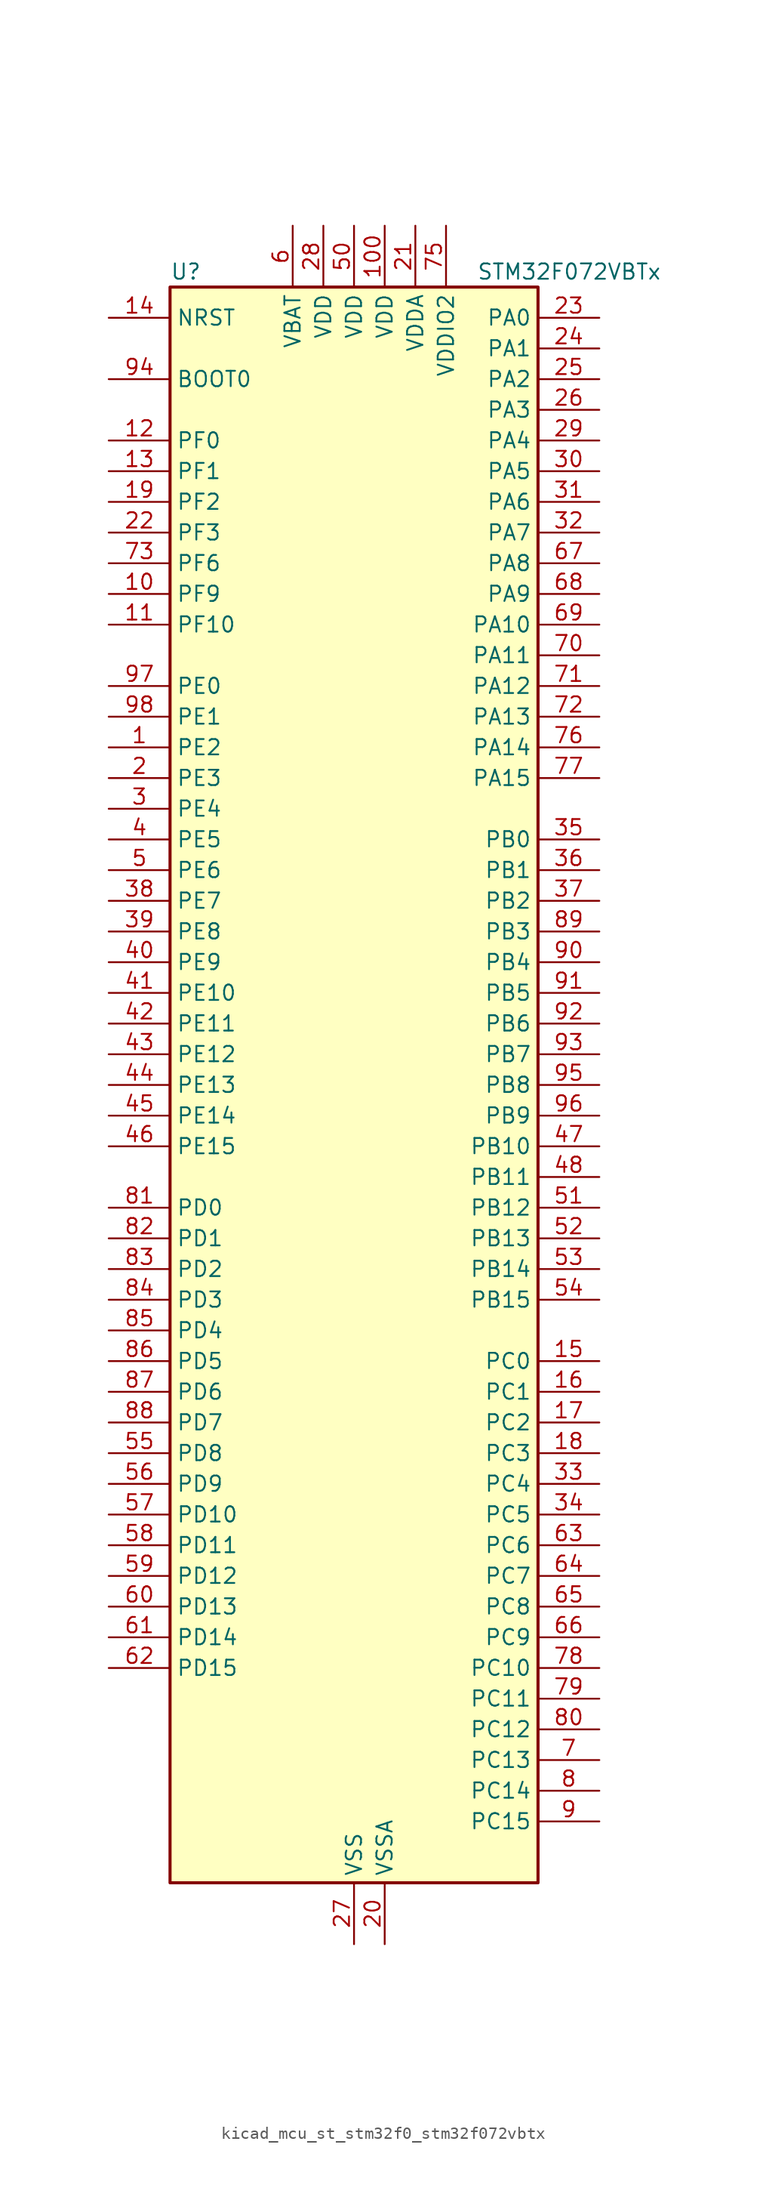
<source format=kicad_sym>
(kicad_symbol_lib
  (version 20220914)
  (generator kicad_symbol_editor)
  (symbol "kicad_mcu_st_stm32f0_stm32f072vbtx"
    (property "Reference" "U"
      (at -15.24 67.31 0)
      (effects (font (size 1.27 1.27)) (justify left)))
    (property "Value" "STM32F072VBTx"
      (at 10.16 67.31 0)
      (effects (font (size 1.27 1.27)) (justify left)))
    (property "ki_locked" ""
      (at 0 0 0)
      (effects (font (size 1.27 1.27))))
    (symbol "kicad_mcu_st_stm32f0_stm32f072vbtx_0_1"
      (rectangle (start -15.24 -66.04) (end 15.24 66.04) (stroke (width 0.254) (type default)) (fill (type background))))
    (symbol "kicad_mcu_st_stm32f0_stm32f072vbtx_1_1"
      (pin bidirectional line (at -20.32 27.94 0) (length 5.08) (name "PE2" (effects (font (size 1.27 1.27)))) (number "1" (effects (font (size 1.27 1.27)))) (alternate "TIM3_ETR" bidirectional line) (alternate "TSC_G7_IO1" bidirectional line))
      (pin bidirectional line (at -20.32 40.64 0) (length 5.08) (name "PF9" (effects (font (size 1.27 1.27)))) (number "10" (effects (font (size 1.27 1.27)))) (alternate "DAC_EXTI9" bidirectional line) (alternate "TIM15_CH1" bidirectional line))
      (pin power_in line (at 2.54 71.12 270) (length 5.08) (name "VDD" (effects (font (size 1.27 1.27)))) (number "100" (effects (font (size 1.27 1.27)))))
      (pin bidirectional line (at -20.32 38.1 0) (length 5.08) (name "PF10" (effects (font (size 1.27 1.27)))) (number "11" (effects (font (size 1.27 1.27)))) (alternate "TIM15_CH2" bidirectional line))
      (pin bidirectional line (at -20.32 53.34 0) (length 5.08) (name "PF0" (effects (font (size 1.27 1.27)))) (number "12" (effects (font (size 1.27 1.27)))) (alternate "CRS_SYNC" bidirectional line) (alternate "RCC_OSC_IN" bidirectional line))
      (pin bidirectional line (at -20.32 50.8 0) (length 5.08) (name "PF1" (effects (font (size 1.27 1.27)))) (number "13" (effects (font (size 1.27 1.27)))) (alternate "RCC_OSC_OUT" bidirectional line))
      (pin input line (at -20.32 63.5 0) (length 5.08) (name "NRST" (effects (font (size 1.27 1.27)))) (number "14" (effects (font (size 1.27 1.27)))))
      (pin bidirectional line (at 20.32 -22.86 180) (length 5.08) (name "PC0" (effects (font (size 1.27 1.27)))) (number "15" (effects (font (size 1.27 1.27)))) (alternate "ADC_IN10" bidirectional line))
      (pin bidirectional line (at 20.32 -25.4 180) (length 5.08) (name "PC1" (effects (font (size 1.27 1.27)))) (number "16" (effects (font (size 1.27 1.27)))) (alternate "ADC_IN11" bidirectional line))
      (pin bidirectional line (at 20.32 -27.94 180) (length 5.08) (name "PC2" (effects (font (size 1.27 1.27)))) (number "17" (effects (font (size 1.27 1.27)))) (alternate "ADC_IN12" bidirectional line) (alternate "I2S2_MCK" bidirectional line) (alternate "SPI2_MISO" bidirectional line))
      (pin bidirectional line (at 20.32 -30.48 180) (length 5.08) (name "PC3" (effects (font (size 1.27 1.27)))) (number "18" (effects (font (size 1.27 1.27)))) (alternate "ADC_IN13" bidirectional line) (alternate "I2S2_SD" bidirectional line) (alternate "SPI2_MOSI" bidirectional line))
      (pin bidirectional line (at -20.32 48.26 0) (length 5.08) (name "PF2" (effects (font (size 1.27 1.27)))) (number "19" (effects (font (size 1.27 1.27)))) (alternate "SYS_WKUP8" bidirectional line))
      (pin bidirectional line (at -20.32 25.4 0) (length 5.08) (name "PE3" (effects (font (size 1.27 1.27)))) (number "2" (effects (font (size 1.27 1.27)))) (alternate "TIM3_CH1" bidirectional line) (alternate "TSC_G7_IO2" bidirectional line))
      (pin power_in line (at 2.54 -71.12 90) (length 5.08) (name "VSSA" (effects (font (size 1.27 1.27)))) (number "20" (effects (font (size 1.27 1.27)))))
      (pin power_in line (at 5.08 71.12 270) (length 5.08) (name "VDDA" (effects (font (size 1.27 1.27)))) (number "21" (effects (font (size 1.27 1.27)))))
      (pin bidirectional line (at -20.32 45.72 0) (length 5.08) (name "PF3" (effects (font (size 1.27 1.27)))) (number "22" (effects (font (size 1.27 1.27)))))
      (pin bidirectional line (at 20.32 63.5 180) (length 5.08) (name "PA0" (effects (font (size 1.27 1.27)))) (number "23" (effects (font (size 1.27 1.27)))) (alternate "ADC_IN0" bidirectional line) (alternate "COMP1_INM" bidirectional line) (alternate "COMP1_OUT" bidirectional line) (alternate "RTC_TAMP2" bidirectional line) (alternate "SYS_WKUP1" bidirectional line) (alternate "TIM2_CH1" bidirectional line) (alternate "TIM2_ETR" bidirectional line) (alternate "TSC_G1_IO1" bidirectional line) (alternate "USART2_CTS" bidirectional line) (alternate "USART4_TX" bidirectional line))
      (pin bidirectional line (at 20.32 60.96 180) (length 5.08) (name "PA1" (effects (font (size 1.27 1.27)))) (number "24" (effects (font (size 1.27 1.27)))) (alternate "ADC_IN1" bidirectional line) (alternate "COMP1_INP" bidirectional line) (alternate "TIM15_CH1N" bidirectional line) (alternate "TIM2_CH2" bidirectional line) (alternate "TSC_G1_IO2" bidirectional line) (alternate "USART2_DE" bidirectional line) (alternate "USART2_RTS" bidirectional line) (alternate "USART4_RX" bidirectional line))
      (pin bidirectional line (at 20.32 58.42 180) (length 5.08) (name "PA2" (effects (font (size 1.27 1.27)))) (number "25" (effects (font (size 1.27 1.27)))) (alternate "ADC_IN2" bidirectional line) (alternate "COMP2_INM" bidirectional line) (alternate "COMP2_OUT" bidirectional line) (alternate "SYS_WKUP4" bidirectional line) (alternate "TIM15_CH1" bidirectional line) (alternate "TIM2_CH3" bidirectional line) (alternate "TSC_G1_IO3" bidirectional line) (alternate "USART2_TX" bidirectional line))
      (pin bidirectional line (at 20.32 55.88 180) (length 5.08) (name "PA3" (effects (font (size 1.27 1.27)))) (number "26" (effects (font (size 1.27 1.27)))) (alternate "ADC_IN3" bidirectional line) (alternate "COMP2_INP" bidirectional line) (alternate "TIM15_CH2" bidirectional line) (alternate "TIM2_CH4" bidirectional line) (alternate "TSC_G1_IO4" bidirectional line) (alternate "USART2_RX" bidirectional line))
      (pin power_in line (at 0 -71.12 90) (length 5.08) (name "VSS" (effects (font (size 1.27 1.27)))) (number "27" (effects (font (size 1.27 1.27)))))
      (pin power_in line (at -2.54 71.12 270) (length 5.08) (name "VDD" (effects (font (size 1.27 1.27)))) (number "28" (effects (font (size 1.27 1.27)))))
      (pin bidirectional line (at 20.32 53.34 180) (length 5.08) (name "PA4" (effects (font (size 1.27 1.27)))) (number "29" (effects (font (size 1.27 1.27)))) (alternate "ADC_IN4" bidirectional line) (alternate "COMP1_INM" bidirectional line) (alternate "COMP2_INM" bidirectional line) (alternate "DAC_OUT1" bidirectional line) (alternate "I2S1_WS" bidirectional line) (alternate "SPI1_NSS" bidirectional line) (alternate "TIM14_CH1" bidirectional line) (alternate "TSC_G2_IO1" bidirectional line) (alternate "USART2_CK" bidirectional line))
      (pin bidirectional line (at -20.32 22.86 0) (length 5.08) (name "PE4" (effects (font (size 1.27 1.27)))) (number "3" (effects (font (size 1.27 1.27)))) (alternate "TIM3_CH2" bidirectional line) (alternate "TSC_G7_IO3" bidirectional line))
      (pin bidirectional line (at 20.32 50.8 180) (length 5.08) (name "PA5" (effects (font (size 1.27 1.27)))) (number "30" (effects (font (size 1.27 1.27)))) (alternate "ADC_IN5" bidirectional line) (alternate "CEC" bidirectional line) (alternate "COMP1_INM" bidirectional line) (alternate "COMP2_INM" bidirectional line) (alternate "DAC_OUT2" bidirectional line) (alternate "I2S1_CK" bidirectional line) (alternate "SPI1_SCK" bidirectional line) (alternate "TIM2_CH1" bidirectional line) (alternate "TIM2_ETR" bidirectional line) (alternate "TSC_G2_IO2" bidirectional line))
      (pin bidirectional line (at 20.32 48.26 180) (length 5.08) (name "PA6" (effects (font (size 1.27 1.27)))) (number "31" (effects (font (size 1.27 1.27)))) (alternate "ADC_IN6" bidirectional line) (alternate "COMP1_OUT" bidirectional line) (alternate "I2S1_MCK" bidirectional line) (alternate "SPI1_MISO" bidirectional line) (alternate "TIM16_CH1" bidirectional line) (alternate "TIM1_BKIN" bidirectional line) (alternate "TIM3_CH1" bidirectional line) (alternate "TSC_G2_IO3" bidirectional line) (alternate "USART3_CTS" bidirectional line))
      (pin bidirectional line (at 20.32 45.72 180) (length 5.08) (name "PA7" (effects (font (size 1.27 1.27)))) (number "32" (effects (font (size 1.27 1.27)))) (alternate "ADC_IN7" bidirectional line) (alternate "COMP2_OUT" bidirectional line) (alternate "I2S1_SD" bidirectional line) (alternate "SPI1_MOSI" bidirectional line) (alternate "TIM14_CH1" bidirectional line) (alternate "TIM17_CH1" bidirectional line) (alternate "TIM1_CH1N" bidirectional line) (alternate "TIM3_CH2" bidirectional line) (alternate "TSC_G2_IO4" bidirectional line))
      (pin bidirectional line (at 20.32 -33.02 180) (length 5.08) (name "PC4" (effects (font (size 1.27 1.27)))) (number "33" (effects (font (size 1.27 1.27)))) (alternate "ADC_IN14" bidirectional line) (alternate "USART3_TX" bidirectional line))
      (pin bidirectional line (at 20.32 -35.56 180) (length 5.08) (name "PC5" (effects (font (size 1.27 1.27)))) (number "34" (effects (font (size 1.27 1.27)))) (alternate "ADC_IN15" bidirectional line) (alternate "SYS_WKUP5" bidirectional line) (alternate "TSC_G3_IO1" bidirectional line) (alternate "USART3_RX" bidirectional line))
      (pin bidirectional line (at 20.32 20.32 180) (length 5.08) (name "PB0" (effects (font (size 1.27 1.27)))) (number "35" (effects (font (size 1.27 1.27)))) (alternate "ADC_IN8" bidirectional line) (alternate "TIM1_CH2N" bidirectional line) (alternate "TIM3_CH3" bidirectional line) (alternate "TSC_G3_IO2" bidirectional line) (alternate "USART3_CK" bidirectional line))
      (pin bidirectional line (at 20.32 17.78 180) (length 5.08) (name "PB1" (effects (font (size 1.27 1.27)))) (number "36" (effects (font (size 1.27 1.27)))) (alternate "ADC_IN9" bidirectional line) (alternate "TIM14_CH1" bidirectional line) (alternate "TIM1_CH3N" bidirectional line) (alternate "TIM3_CH4" bidirectional line) (alternate "TSC_G3_IO3" bidirectional line) (alternate "USART3_DE" bidirectional line) (alternate "USART3_RTS" bidirectional line))
      (pin bidirectional line (at 20.32 15.24 180) (length 5.08) (name "PB2" (effects (font (size 1.27 1.27)))) (number "37" (effects (font (size 1.27 1.27)))) (alternate "TSC_G3_IO4" bidirectional line))
      (pin bidirectional line (at -20.32 15.24 0) (length 5.08) (name "PE7" (effects (font (size 1.27 1.27)))) (number "38" (effects (font (size 1.27 1.27)))) (alternate "TIM1_ETR" bidirectional line))
      (pin bidirectional line (at -20.32 12.7 0) (length 5.08) (name "PE8" (effects (font (size 1.27 1.27)))) (number "39" (effects (font (size 1.27 1.27)))) (alternate "TIM1_CH1N" bidirectional line))
      (pin bidirectional line (at -20.32 20.32 0) (length 5.08) (name "PE5" (effects (font (size 1.27 1.27)))) (number "4" (effects (font (size 1.27 1.27)))) (alternate "TIM3_CH3" bidirectional line) (alternate "TSC_G7_IO4" bidirectional line))
      (pin bidirectional line (at -20.32 10.16 0) (length 5.08) (name "PE9" (effects (font (size 1.27 1.27)))) (number "40" (effects (font (size 1.27 1.27)))) (alternate "DAC_EXTI9" bidirectional line) (alternate "TIM1_CH1" bidirectional line))
      (pin bidirectional line (at -20.32 7.62 0) (length 5.08) (name "PE10" (effects (font (size 1.27 1.27)))) (number "41" (effects (font (size 1.27 1.27)))) (alternate "TIM1_CH2N" bidirectional line))
      (pin bidirectional line (at -20.32 5.08 0) (length 5.08) (name "PE11" (effects (font (size 1.27 1.27)))) (number "42" (effects (font (size 1.27 1.27)))) (alternate "TIM1_CH2" bidirectional line))
      (pin bidirectional line (at -20.32 2.54 0) (length 5.08) (name "PE12" (effects (font (size 1.27 1.27)))) (number "43" (effects (font (size 1.27 1.27)))) (alternate "I2S1_WS" bidirectional line) (alternate "SPI1_NSS" bidirectional line) (alternate "TIM1_CH3N" bidirectional line))
      (pin bidirectional line (at -20.32 0 0) (length 5.08) (name "PE13" (effects (font (size 1.27 1.27)))) (number "44" (effects (font (size 1.27 1.27)))) (alternate "I2S1_CK" bidirectional line) (alternate "SPI1_SCK" bidirectional line) (alternate "TIM1_CH3" bidirectional line))
      (pin bidirectional line (at -20.32 -2.54 0) (length 5.08) (name "PE14" (effects (font (size 1.27 1.27)))) (number "45" (effects (font (size 1.27 1.27)))) (alternate "I2S1_MCK" bidirectional line) (alternate "SPI1_MISO" bidirectional line) (alternate "TIM1_CH4" bidirectional line))
      (pin bidirectional line (at -20.32 -5.08 0) (length 5.08) (name "PE15" (effects (font (size 1.27 1.27)))) (number "46" (effects (font (size 1.27 1.27)))) (alternate "I2S1_SD" bidirectional line) (alternate "SPI1_MOSI" bidirectional line) (alternate "TIM1_BKIN" bidirectional line))
      (pin bidirectional line (at 20.32 -5.08 180) (length 5.08) (name "PB10" (effects (font (size 1.27 1.27)))) (number "47" (effects (font (size 1.27 1.27)))) (alternate "CEC" bidirectional line) (alternate "I2C2_SCL" bidirectional line) (alternate "I2S2_CK" bidirectional line) (alternate "SPI2_SCK" bidirectional line) (alternate "TIM2_CH3" bidirectional line) (alternate "TSC_SYNC" bidirectional line) (alternate "USART3_TX" bidirectional line))
      (pin bidirectional line (at 20.32 -7.62 180) (length 5.08) (name "PB11" (effects (font (size 1.27 1.27)))) (number "48" (effects (font (size 1.27 1.27)))) (alternate "I2C2_SDA" bidirectional line) (alternate "TIM2_CH4" bidirectional line) (alternate "TSC_G6_IO1" bidirectional line) (alternate "USART3_RX" bidirectional line))
      (pin passive line (at 0 -71.12 90) (length 5.08) hide (name "VSS" (effects (font (size 1.27 1.27)))) (number "49" (effects (font (size 1.27 1.27)))))
      (pin bidirectional line (at -20.32 17.78 0) (length 5.08) (name "PE6" (effects (font (size 1.27 1.27)))) (number "5" (effects (font (size 1.27 1.27)))) (alternate "RTC_TAMP3" bidirectional line) (alternate "SYS_WKUP3" bidirectional line) (alternate "TIM3_CH4" bidirectional line))
      (pin power_in line (at 0 71.12 270) (length 5.08) (name "VDD" (effects (font (size 1.27 1.27)))) (number "50" (effects (font (size 1.27 1.27)))))
      (pin bidirectional line (at 20.32 -10.16 180) (length 5.08) (name "PB12" (effects (font (size 1.27 1.27)))) (number "51" (effects (font (size 1.27 1.27)))) (alternate "I2S2_WS" bidirectional line) (alternate "SPI2_NSS" bidirectional line) (alternate "TIM15_BKIN" bidirectional line) (alternate "TIM1_BKIN" bidirectional line) (alternate "TSC_G6_IO2" bidirectional line) (alternate "USART3_CK" bidirectional line))
      (pin bidirectional line (at 20.32 -12.7 180) (length 5.08) (name "PB13" (effects (font (size 1.27 1.27)))) (number "52" (effects (font (size 1.27 1.27)))) (alternate "I2C2_SCL" bidirectional line) (alternate "I2S2_CK" bidirectional line) (alternate "SPI2_SCK" bidirectional line) (alternate "TIM1_CH1N" bidirectional line) (alternate "TSC_G6_IO3" bidirectional line) (alternate "USART3_CTS" bidirectional line))
      (pin bidirectional line (at 20.32 -15.24 180) (length 5.08) (name "PB14" (effects (font (size 1.27 1.27)))) (number "53" (effects (font (size 1.27 1.27)))) (alternate "I2C2_SDA" bidirectional line) (alternate "I2S2_MCK" bidirectional line) (alternate "SPI2_MISO" bidirectional line) (alternate "TIM15_CH1" bidirectional line) (alternate "TIM1_CH2N" bidirectional line) (alternate "TSC_G6_IO4" bidirectional line) (alternate "USART3_DE" bidirectional line) (alternate "USART3_RTS" bidirectional line))
      (pin bidirectional line (at 20.32 -17.78 180) (length 5.08) (name "PB15" (effects (font (size 1.27 1.27)))) (number "54" (effects (font (size 1.27 1.27)))) (alternate "I2S2_SD" bidirectional line) (alternate "RTC_REFIN" bidirectional line) (alternate "SPI2_MOSI" bidirectional line) (alternate "SYS_WKUP7" bidirectional line) (alternate "TIM15_CH1N" bidirectional line) (alternate "TIM15_CH2" bidirectional line) (alternate "TIM1_CH3N" bidirectional line))
      (pin bidirectional line (at -20.32 -30.48 0) (length 5.08) (name "PD8" (effects (font (size 1.27 1.27)))) (number "55" (effects (font (size 1.27 1.27)))) (alternate "USART3_TX" bidirectional line))
      (pin bidirectional line (at -20.32 -33.02 0) (length 5.08) (name "PD9" (effects (font (size 1.27 1.27)))) (number "56" (effects (font (size 1.27 1.27)))) (alternate "DAC_EXTI9" bidirectional line) (alternate "USART3_RX" bidirectional line))
      (pin bidirectional line (at -20.32 -35.56 0) (length 5.08) (name "PD10" (effects (font (size 1.27 1.27)))) (number "57" (effects (font (size 1.27 1.27)))) (alternate "USART3_CK" bidirectional line))
      (pin bidirectional line (at -20.32 -38.1 0) (length 5.08) (name "PD11" (effects (font (size 1.27 1.27)))) (number "58" (effects (font (size 1.27 1.27)))) (alternate "USART3_CTS" bidirectional line))
      (pin bidirectional line (at -20.32 -40.64 0) (length 5.08) (name "PD12" (effects (font (size 1.27 1.27)))) (number "59" (effects (font (size 1.27 1.27)))) (alternate "TSC_G8_IO1" bidirectional line) (alternate "USART3_DE" bidirectional line) (alternate "USART3_RTS" bidirectional line))
      (pin power_in line (at -5.08 71.12 270) (length 5.08) (name "VBAT" (effects (font (size 1.27 1.27)))) (number "6" (effects (font (size 1.27 1.27)))))
      (pin bidirectional line (at -20.32 -43.18 0) (length 5.08) (name "PD13" (effects (font (size 1.27 1.27)))) (number "60" (effects (font (size 1.27 1.27)))) (alternate "TSC_G8_IO2" bidirectional line))
      (pin bidirectional line (at -20.32 -45.72 0) (length 5.08) (name "PD14" (effects (font (size 1.27 1.27)))) (number "61" (effects (font (size 1.27 1.27)))) (alternate "TSC_G8_IO3" bidirectional line))
      (pin bidirectional line (at -20.32 -48.26 0) (length 5.08) (name "PD15" (effects (font (size 1.27 1.27)))) (number "62" (effects (font (size 1.27 1.27)))) (alternate "CRS_SYNC" bidirectional line) (alternate "TSC_G8_IO4" bidirectional line))
      (pin bidirectional line (at 20.32 -38.1 180) (length 5.08) (name "PC6" (effects (font (size 1.27 1.27)))) (number "63" (effects (font (size 1.27 1.27)))) (alternate "TIM3_CH1" bidirectional line))
      (pin bidirectional line (at 20.32 -40.64 180) (length 5.08) (name "PC7" (effects (font (size 1.27 1.27)))) (number "64" (effects (font (size 1.27 1.27)))) (alternate "TIM3_CH2" bidirectional line))
      (pin bidirectional line (at 20.32 -43.18 180) (length 5.08) (name "PC8" (effects (font (size 1.27 1.27)))) (number "65" (effects (font (size 1.27 1.27)))) (alternate "TIM3_CH3" bidirectional line))
      (pin bidirectional line (at 20.32 -45.72 180) (length 5.08) (name "PC9" (effects (font (size 1.27 1.27)))) (number "66" (effects (font (size 1.27 1.27)))) (alternate "DAC_EXTI9" bidirectional line) (alternate "TIM3_CH4" bidirectional line))
      (pin bidirectional line (at 20.32 43.18 180) (length 5.08) (name "PA8" (effects (font (size 1.27 1.27)))) (number "67" (effects (font (size 1.27 1.27)))) (alternate "CRS_SYNC" bidirectional line) (alternate "RCC_MCO" bidirectional line) (alternate "TIM1_CH1" bidirectional line) (alternate "USART1_CK" bidirectional line))
      (pin bidirectional line (at 20.32 40.64 180) (length 5.08) (name "PA9" (effects (font (size 1.27 1.27)))) (number "68" (effects (font (size 1.27 1.27)))) (alternate "DAC_EXTI9" bidirectional line) (alternate "TIM15_BKIN" bidirectional line) (alternate "TIM1_CH2" bidirectional line) (alternate "TSC_G4_IO1" bidirectional line) (alternate "USART1_TX" bidirectional line))
      (pin bidirectional line (at 20.32 38.1 180) (length 5.08) (name "PA10" (effects (font (size 1.27 1.27)))) (number "69" (effects (font (size 1.27 1.27)))) (alternate "TIM17_BKIN" bidirectional line) (alternate "TIM1_CH3" bidirectional line) (alternate "TSC_G4_IO2" bidirectional line) (alternate "USART1_RX" bidirectional line))
      (pin bidirectional line (at 20.32 -55.88 180) (length 5.08) (name "PC13" (effects (font (size 1.27 1.27)))) (number "7" (effects (font (size 1.27 1.27)))) (alternate "RTC_OUT_ALARM" bidirectional line) (alternate "RTC_OUT_CALIB" bidirectional line) (alternate "RTC_TAMP1" bidirectional line) (alternate "RTC_TS" bidirectional line) (alternate "SYS_WKUP2" bidirectional line))
      (pin bidirectional line (at 20.32 35.56 180) (length 5.08) (name "PA11" (effects (font (size 1.27 1.27)))) (number "70" (effects (font (size 1.27 1.27)))) (alternate "CAN_RX" bidirectional line) (alternate "COMP1_OUT" bidirectional line) (alternate "TIM1_CH4" bidirectional line) (alternate "TSC_G4_IO3" bidirectional line) (alternate "USART1_CTS" bidirectional line) (alternate "USB_DM" bidirectional line))
      (pin bidirectional line (at 20.32 33.02 180) (length 5.08) (name "PA12" (effects (font (size 1.27 1.27)))) (number "71" (effects (font (size 1.27 1.27)))) (alternate "CAN_TX" bidirectional line) (alternate "COMP2_OUT" bidirectional line) (alternate "TIM1_ETR" bidirectional line) (alternate "TSC_G4_IO4" bidirectional line) (alternate "USART1_DE" bidirectional line) (alternate "USART1_RTS" bidirectional line) (alternate "USB_DP" bidirectional line))
      (pin bidirectional line (at 20.32 30.48 180) (length 5.08) (name "PA13" (effects (font (size 1.27 1.27)))) (number "72" (effects (font (size 1.27 1.27)))) (alternate "IR_OUT" bidirectional line) (alternate "SYS_SWDIO" bidirectional line) (alternate "USB_NOE" bidirectional line))
      (pin bidirectional line (at -20.32 43.18 0) (length 5.08) (name "PF6" (effects (font (size 1.27 1.27)))) (number "73" (effects (font (size 1.27 1.27)))))
      (pin passive line (at 0 -71.12 90) (length 5.08) hide (name "VSS" (effects (font (size 1.27 1.27)))) (number "74" (effects (font (size 1.27 1.27)))))
      (pin power_in line (at 7.62 71.12 270) (length 5.08) (name "VDDIO2" (effects (font (size 1.27 1.27)))) (number "75" (effects (font (size 1.27 1.27)))))
      (pin bidirectional line (at 20.32 27.94 180) (length 5.08) (name "PA14" (effects (font (size 1.27 1.27)))) (number "76" (effects (font (size 1.27 1.27)))) (alternate "SYS_SWCLK" bidirectional line) (alternate "USART2_TX" bidirectional line))
      (pin bidirectional line (at 20.32 25.4 180) (length 5.08) (name "PA15" (effects (font (size 1.27 1.27)))) (number "77" (effects (font (size 1.27 1.27)))) (alternate "I2S1_WS" bidirectional line) (alternate "SPI1_NSS" bidirectional line) (alternate "TIM2_CH1" bidirectional line) (alternate "TIM2_ETR" bidirectional line) (alternate "USART2_RX" bidirectional line) (alternate "USART4_DE" bidirectional line) (alternate "USART4_RTS" bidirectional line))
      (pin bidirectional line (at 20.32 -48.26 180) (length 5.08) (name "PC10" (effects (font (size 1.27 1.27)))) (number "78" (effects (font (size 1.27 1.27)))) (alternate "USART3_TX" bidirectional line) (alternate "USART4_TX" bidirectional line))
      (pin bidirectional line (at 20.32 -50.8 180) (length 5.08) (name "PC11" (effects (font (size 1.27 1.27)))) (number "79" (effects (font (size 1.27 1.27)))) (alternate "USART3_RX" bidirectional line) (alternate "USART4_RX" bidirectional line))
      (pin bidirectional line (at 20.32 -58.42 180) (length 5.08) (name "PC14" (effects (font (size 1.27 1.27)))) (number "8" (effects (font (size 1.27 1.27)))) (alternate "RCC_OSC32_IN" bidirectional line))
      (pin bidirectional line (at 20.32 -53.34 180) (length 5.08) (name "PC12" (effects (font (size 1.27 1.27)))) (number "80" (effects (font (size 1.27 1.27)))) (alternate "USART3_CK" bidirectional line) (alternate "USART4_CK" bidirectional line))
      (pin bidirectional line (at -20.32 -10.16 0) (length 5.08) (name "PD0" (effects (font (size 1.27 1.27)))) (number "81" (effects (font (size 1.27 1.27)))) (alternate "CAN_RX" bidirectional line) (alternate "I2S2_WS" bidirectional line) (alternate "SPI2_NSS" bidirectional line))
      (pin bidirectional line (at -20.32 -12.7 0) (length 5.08) (name "PD1" (effects (font (size 1.27 1.27)))) (number "82" (effects (font (size 1.27 1.27)))) (alternate "CAN_TX" bidirectional line) (alternate "I2S2_CK" bidirectional line) (alternate "SPI2_SCK" bidirectional line))
      (pin bidirectional line (at -20.32 -15.24 0) (length 5.08) (name "PD2" (effects (font (size 1.27 1.27)))) (number "83" (effects (font (size 1.27 1.27)))) (alternate "TIM3_ETR" bidirectional line) (alternate "USART3_DE" bidirectional line) (alternate "USART3_RTS" bidirectional line))
      (pin bidirectional line (at -20.32 -17.78 0) (length 5.08) (name "PD3" (effects (font (size 1.27 1.27)))) (number "84" (effects (font (size 1.27 1.27)))) (alternate "I2S2_MCK" bidirectional line) (alternate "SPI2_MISO" bidirectional line) (alternate "USART2_CTS" bidirectional line))
      (pin bidirectional line (at -20.32 -20.32 0) (length 5.08) (name "PD4" (effects (font (size 1.27 1.27)))) (number "85" (effects (font (size 1.27 1.27)))) (alternate "I2S2_SD" bidirectional line) (alternate "SPI2_MOSI" bidirectional line) (alternate "USART2_DE" bidirectional line) (alternate "USART2_RTS" bidirectional line))
      (pin bidirectional line (at -20.32 -22.86 0) (length 5.08) (name "PD5" (effects (font (size 1.27 1.27)))) (number "86" (effects (font (size 1.27 1.27)))) (alternate "USART2_TX" bidirectional line))
      (pin bidirectional line (at -20.32 -25.4 0) (length 5.08) (name "PD6" (effects (font (size 1.27 1.27)))) (number "87" (effects (font (size 1.27 1.27)))) (alternate "USART2_RX" bidirectional line))
      (pin bidirectional line (at -20.32 -27.94 0) (length 5.08) (name "PD7" (effects (font (size 1.27 1.27)))) (number "88" (effects (font (size 1.27 1.27)))) (alternate "USART2_CK" bidirectional line))
      (pin bidirectional line (at 20.32 12.7 180) (length 5.08) (name "PB3" (effects (font (size 1.27 1.27)))) (number "89" (effects (font (size 1.27 1.27)))) (alternate "I2S1_CK" bidirectional line) (alternate "SPI1_SCK" bidirectional line) (alternate "TIM2_CH2" bidirectional line) (alternate "TSC_G5_IO1" bidirectional line))
      (pin bidirectional line (at 20.32 -60.96 180) (length 5.08) (name "PC15" (effects (font (size 1.27 1.27)))) (number "9" (effects (font (size 1.27 1.27)))) (alternate "RCC_OSC32_OUT" bidirectional line))
      (pin bidirectional line (at 20.32 10.16 180) (length 5.08) (name "PB4" (effects (font (size 1.27 1.27)))) (number "90" (effects (font (size 1.27 1.27)))) (alternate "I2S1_MCK" bidirectional line) (alternate "SPI1_MISO" bidirectional line) (alternate "TIM17_BKIN" bidirectional line) (alternate "TIM3_CH1" bidirectional line) (alternate "TSC_G5_IO2" bidirectional line))
      (pin bidirectional line (at 20.32 7.62 180) (length 5.08) (name "PB5" (effects (font (size 1.27 1.27)))) (number "91" (effects (font (size 1.27 1.27)))) (alternate "I2C1_SMBA" bidirectional line) (alternate "I2S1_SD" bidirectional line) (alternate "SPI1_MOSI" bidirectional line) (alternate "SYS_WKUP6" bidirectional line) (alternate "TIM16_BKIN" bidirectional line) (alternate "TIM3_CH2" bidirectional line))
      (pin bidirectional line (at 20.32 5.08 180) (length 5.08) (name "PB6" (effects (font (size 1.27 1.27)))) (number "92" (effects (font (size 1.27 1.27)))) (alternate "I2C1_SCL" bidirectional line) (alternate "TIM16_CH1N" bidirectional line) (alternate "TSC_G5_IO3" bidirectional line) (alternate "USART1_TX" bidirectional line))
      (pin bidirectional line (at 20.32 2.54 180) (length 5.08) (name "PB7" (effects (font (size 1.27 1.27)))) (number "93" (effects (font (size 1.27 1.27)))) (alternate "I2C1_SDA" bidirectional line) (alternate "TIM17_CH1N" bidirectional line) (alternate "TSC_G5_IO4" bidirectional line) (alternate "USART1_RX" bidirectional line) (alternate "USART4_CTS" bidirectional line))
      (pin input line (at -20.32 58.42 0) (length 5.08) (name "BOOT0" (effects (font (size 1.27 1.27)))) (number "94" (effects (font (size 1.27 1.27)))))
      (pin bidirectional line (at 20.32 0 180) (length 5.08) (name "PB8" (effects (font (size 1.27 1.27)))) (number "95" (effects (font (size 1.27 1.27)))) (alternate "CAN_RX" bidirectional line) (alternate "CEC" bidirectional line) (alternate "I2C1_SCL" bidirectional line) (alternate "TIM16_CH1" bidirectional line) (alternate "TSC_SYNC" bidirectional line))
      (pin bidirectional line (at 20.32 -2.54 180) (length 5.08) (name "PB9" (effects (font (size 1.27 1.27)))) (number "96" (effects (font (size 1.27 1.27)))) (alternate "CAN_TX" bidirectional line) (alternate "DAC_EXTI9" bidirectional line) (alternate "I2C1_SDA" bidirectional line) (alternate "I2S2_WS" bidirectional line) (alternate "IR_OUT" bidirectional line) (alternate "SPI2_NSS" bidirectional line) (alternate "TIM17_CH1" bidirectional line))
      (pin bidirectional line (at -20.32 33.02 0) (length 5.08) (name "PE0" (effects (font (size 1.27 1.27)))) (number "97" (effects (font (size 1.27 1.27)))) (alternate "TIM16_CH1" bidirectional line))
      (pin bidirectional line (at -20.32 30.48 0) (length 5.08) (name "PE1" (effects (font (size 1.27 1.27)))) (number "98" (effects (font (size 1.27 1.27)))) (alternate "TIM17_CH1" bidirectional line))
      (pin passive line (at 0 -71.12 90) (length 5.08) hide (name "VSS" (effects (font (size 1.27 1.27)))) (number "99" (effects (font (size 1.27 1.27))))))))
</source>
